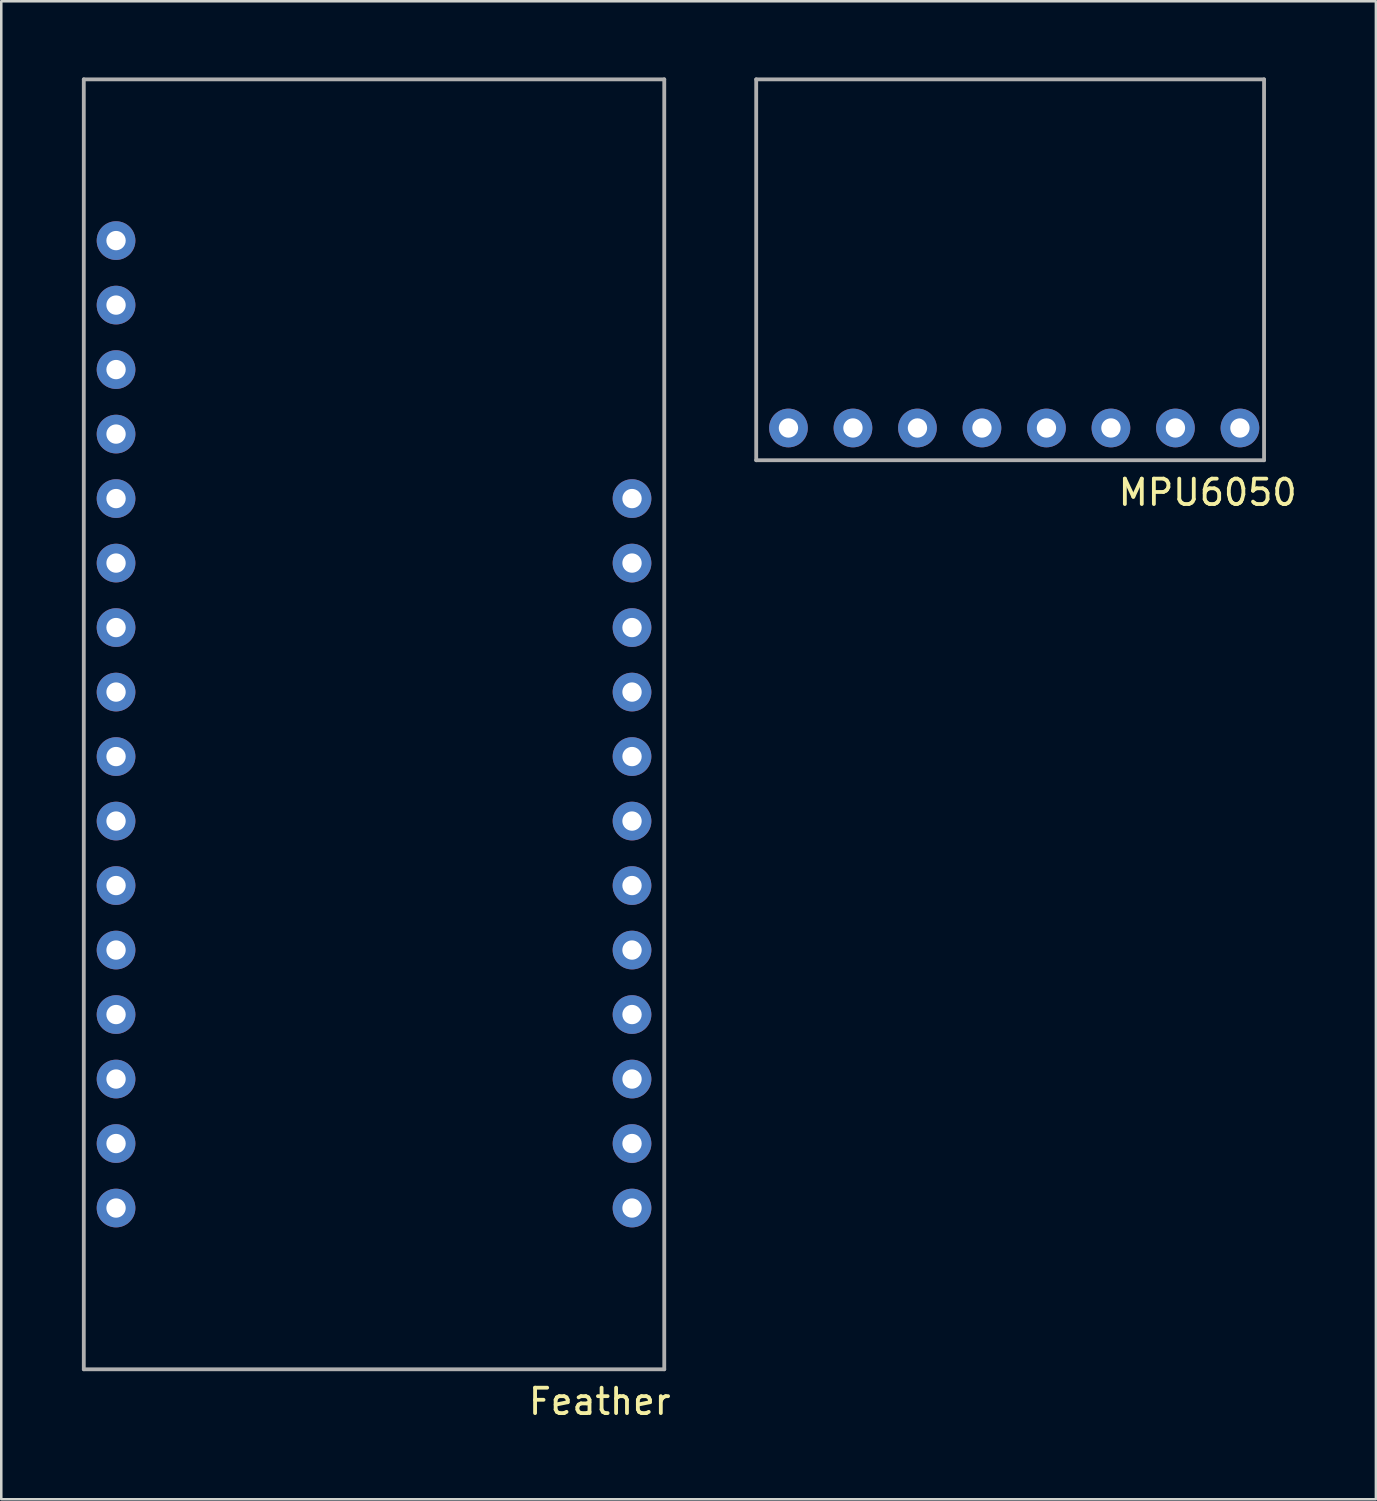
<source format=kicad_pcb>
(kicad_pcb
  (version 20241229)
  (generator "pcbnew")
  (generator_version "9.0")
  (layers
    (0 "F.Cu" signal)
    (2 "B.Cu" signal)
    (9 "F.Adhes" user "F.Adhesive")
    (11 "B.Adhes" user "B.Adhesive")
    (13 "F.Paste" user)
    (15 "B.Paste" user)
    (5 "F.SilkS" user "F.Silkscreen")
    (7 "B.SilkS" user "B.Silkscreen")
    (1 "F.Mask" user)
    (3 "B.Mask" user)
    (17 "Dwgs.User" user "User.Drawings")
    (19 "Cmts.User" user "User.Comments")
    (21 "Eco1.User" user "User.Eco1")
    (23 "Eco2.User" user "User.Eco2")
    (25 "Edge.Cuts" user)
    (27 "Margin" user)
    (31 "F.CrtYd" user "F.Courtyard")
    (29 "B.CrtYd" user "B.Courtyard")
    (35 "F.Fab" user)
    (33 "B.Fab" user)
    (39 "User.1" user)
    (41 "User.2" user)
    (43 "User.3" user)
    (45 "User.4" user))
  (footprint "MPU6050"
    (layer "F.Cu")
    (at 26.731 15.075)
    (property "Reference" "MPU6050" (at 17.78 1.27 0) (layer "F.SilkS") (effects (font (size 1 1) (thickness 0.15))))
    (attr through_hole)
    (fp_line (start 0 -15) (end 20 -15) (stroke (width 0.15) (type solid)) (layer "F.Fab"))
    (fp_line (start 0 0) (end 0 -15) (stroke (width 0.15) (type solid)) (layer "F.Fab"))
    (fp_line (start 0 0) (end 20 0) (stroke (width 0.15) (type solid)) (layer "F.Fab"))
    (fp_line (start 20 0) (end 20 -15) (stroke (width 0.15) (type solid)) (layer "F.Fab"))
    (pad "1" thru_hole circle (at 1.27 -1.27) (size 1.524 1.524) (drill 0.762) (layers "*.Cu" "*.Mask"))
    (pad "2" thru_hole circle (at 3.81 -1.27) (size 1.524 1.524) (drill 0.762) (layers "*.Cu" "*.Mask"))
    (pad "3" thru_hole circle (at 6.35 -1.27) (size 1.524 1.524) (drill 0.762) (layers "*.Cu" "*.Mask"))
    (pad "4" thru_hole circle (at 8.89 -1.27) (size 1.524 1.524) (drill 0.762) (layers "*.Cu" "*.Mask"))
    (pad "5" thru_hole circle (at 11.43 -1.27) (size 1.524 1.524) (drill 0.762) (layers "*.Cu" "*.Mask"))
    (pad "6" thru_hole circle (at 13.97 -1.27) (size 1.524 1.524) (drill 0.762) (layers "*.Cu" "*.Mask"))
    (pad "7" thru_hole circle (at 16.51 -1.27) (size 1.524 1.524) (drill 0.762) (layers "*.Cu" "*.Mask"))
    (pad "8" thru_hole circle (at 19.05 -1.27) (size 1.524 1.524) (drill 0.762) (layers "*.Cu" "*.Mask")))
  (footprint "Feather"
    (layer "F.Cu")
    (at 0.25 36.905)
    (property "Reference" "Feather" (at 20.32 15.24 0) (layer "F.SilkS") (effects (font (size 1 1) (thickness 0.15))))
    (attr through_hole)
    (fp_line (start 0 -36.83) (end 22.86 -36.83) (stroke (width 0.15) (type solid)) (layer "F.Fab"))
    (fp_line (start 0 13.97) (end 0 -36.83) (stroke (width 0.15) (type solid)) (layer "F.Fab"))
    (fp_line (start 22.86 -36.83) (end 22.86 13.97) (stroke (width 0.15) (type solid)) (layer "F.Fab"))
    (fp_line (start 22.86 13.97) (end 0 13.97) (stroke (width 0.15) (type solid)) (layer "F.Fab"))
    (pad "1" thru_hole circle (at 1.27 -30.48) (size 1.524 1.524) (drill 0.762) (layers "*.Cu" "*.Mask"))
    (pad "2" thru_hole circle (at 1.27 -27.94) (size 1.524 1.524) (drill 0.762) (layers "*.Cu" "*.Mask"))
    (pad "3" thru_hole circle (at 1.27 -25.4) (size 1.524 1.524) (drill 0.762) (layers "*.Cu" "*.Mask"))
    (pad "4" thru_hole circle (at 1.27 -22.86) (size 1.524 1.524) (drill 0.762) (layers "*.Cu" "*.Mask"))
    (pad "5" thru_hole circle (at 1.27 -20.32) (size 1.524 1.524) (drill 0.762) (layers "*.Cu" "*.Mask"))
    (pad "6" thru_hole circle (at 1.27 -17.78) (size 1.524 1.524) (drill 0.762) (layers "*.Cu" "*.Mask"))
    (pad "7" thru_hole circle (at 1.27 -15.24) (size 1.524 1.524) (drill 0.762) (layers "*.Cu" "*.Mask"))
    (pad "8" thru_hole circle (at 1.27 -12.7) (size 1.524 1.524) (drill 0.762) (layers "*.Cu" "*.Mask"))
    (pad "9" thru_hole circle (at 1.27 -10.16) (size 1.524 1.524) (drill 0.762) (layers "*.Cu" "*.Mask"))
    (pad "10" thru_hole circle (at 1.27 -7.62) (size 1.524 1.524) (drill 0.762) (layers "*.Cu" "*.Mask"))
    (pad "11" thru_hole circle (at 1.27 -5.08) (size 1.524 1.524) (drill 0.762) (layers "*.Cu" "*.Mask"))
    (pad "12" thru_hole circle (at 1.27 -2.54) (size 1.524 1.524) (drill 0.762) (layers "*.Cu" "*.Mask"))
    (pad "13" thru_hole circle (at 1.27 0) (size 1.524 1.524) (drill 0.762) (layers "*.Cu" "*.Mask"))
    (pad "14" thru_hole circle (at 1.27 2.54) (size 1.524 1.524) (drill 0.762) (layers "*.Cu" "*.Mask"))
    (pad "15" thru_hole circle (at 1.27 5.08) (size 1.524 1.524) (drill 0.762) (layers "*.Cu" "*.Mask"))
    (pad "16" thru_hole circle (at 1.27 7.62) (size 1.524 1.524) (drill 0.762) (layers "*.Cu" "*.Mask"))
    (pad "17" thru_hole circle (at 21.59 7.62) (size 1.524 1.524) (drill 0.762) (layers "*.Cu" "*.Mask"))
    (pad "18" thru_hole circle (at 21.59 5.08) (size 1.524 1.524) (drill 0.762) (layers "*.Cu" "*.Mask"))
    (pad "19" thru_hole circle (at 21.59 2.54) (size 1.524 1.524) (drill 0.762) (layers "*.Cu" "*.Mask"))
    (pad "20" thru_hole circle (at 21.59 0) (size 1.524 1.524) (drill 0.762) (layers "*.Cu" "*.Mask"))
    (pad "21" thru_hole circle (at 21.59 -2.54) (size 1.524 1.524) (drill 0.762) (layers "*.Cu" "*.Mask"))
    (pad "22" thru_hole circle (at 21.59 -5.08) (size 1.524 1.524) (drill 0.762) (layers "*.Cu" "*.Mask"))
    (pad "23" thru_hole circle (at 21.59 -7.62) (size 1.524 1.524) (drill 0.762) (layers "*.Cu" "*.Mask"))
    (pad "24" thru_hole circle (at 21.59 -10.16) (size 1.524 1.524) (drill 0.762) (layers "*.Cu" "*.Mask"))
    (pad "25" thru_hole circle (at 21.59 -12.7) (size 1.524 1.524) (drill 0.762) (layers "*.Cu" "*.Mask"))
    (pad "26" thru_hole circle (at 21.59 -15.24) (size 1.524 1.524) (drill 0.762) (layers "*.Cu" "*.Mask"))
    (pad "27" thru_hole circle (at 21.59 -17.78) (size 1.524 1.524) (drill 0.762) (layers "*.Cu" "*.Mask"))
    (pad "28" thru_hole circle (at 21.59 -20.32) (size 1.524 1.524) (drill 0.762) (layers "*.Cu" "*.Mask")))
  (gr_rect
    (start -3 -3)
    (end 51.136 55.993)
    (stroke (width 0.1) (type default))
    (fill no)
    (layer "Edge.Cuts")))
</source>
